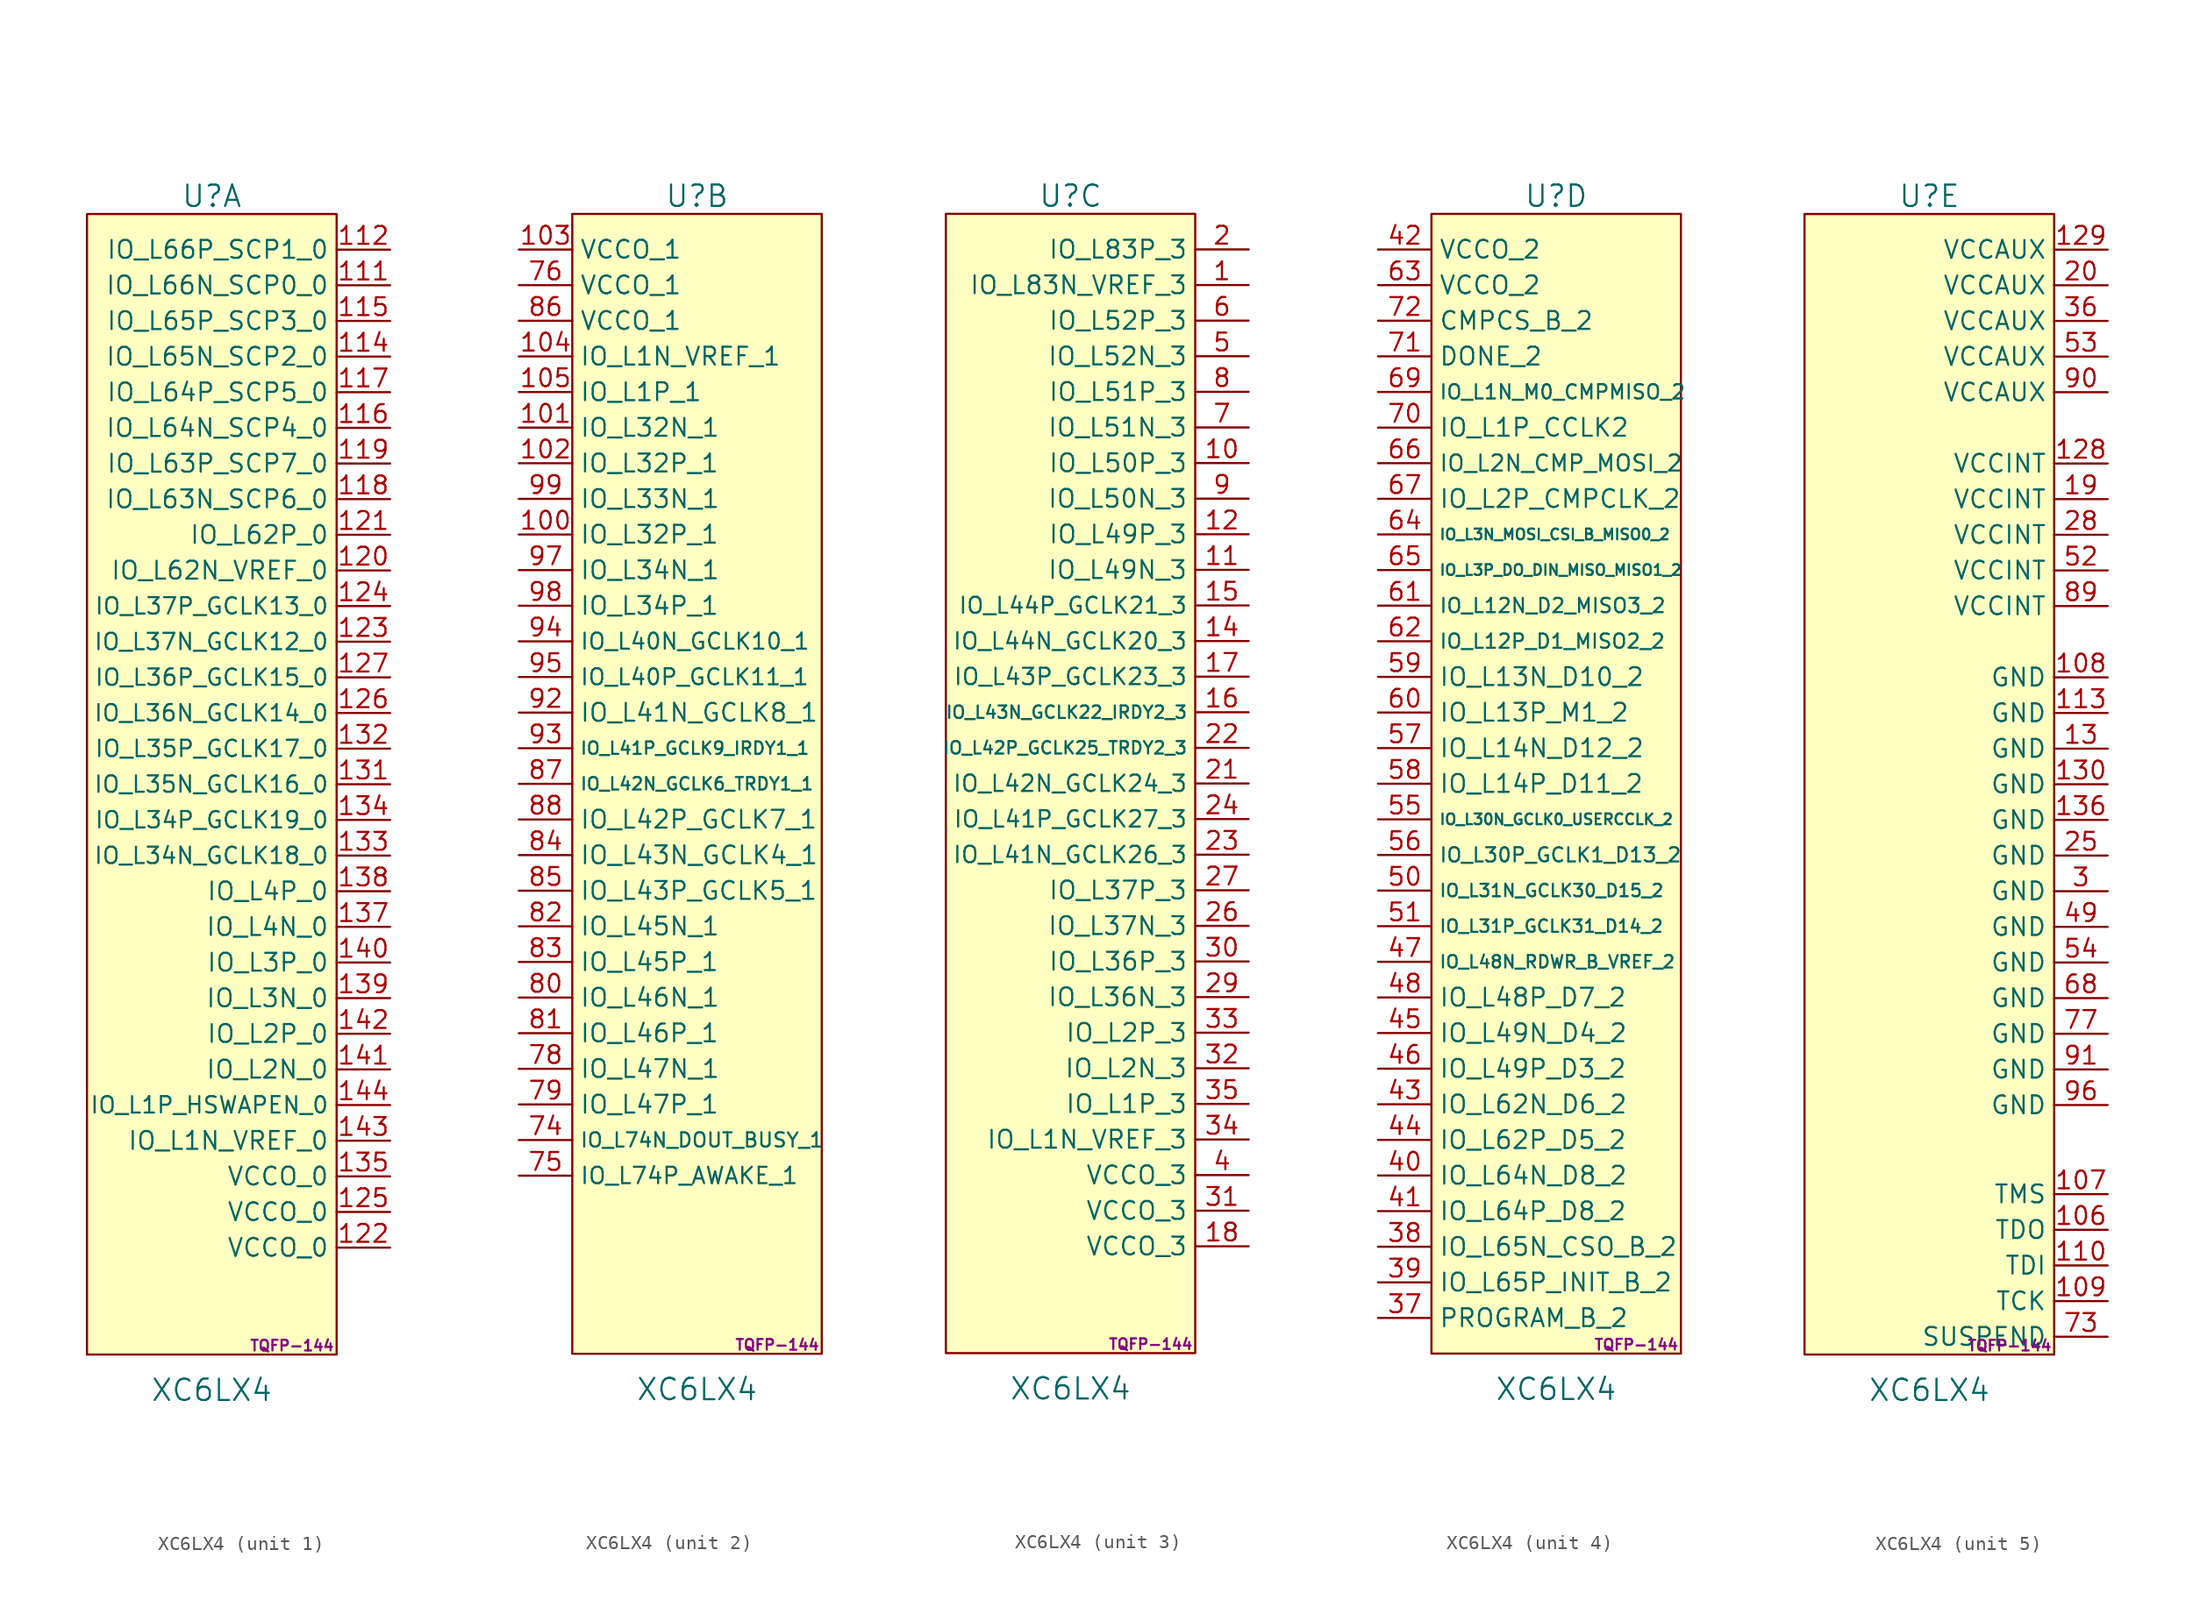
<source format=kicad_sym>
(kicad_symbol_lib
  (version 20220914)
  (generator kicad_symbol_editor)
  (symbol "XC6LX4"
    (property "Reference" "U"
      (at 0 41.91 0)
      (effects (font (size 1.524 1.524))))
    (property "Value" "XC6LX4"
      (at 0 -43.18 0)
      (effects (font (size 1.524 1.524))))
    (property "Footprint" "TQFP-144"
      (at 5.715 -40.005 0)
      (effects (font (size 0.762 0.762))))
    (property "Datasheet" ""
      (at 0 0 0)
      (effects (font (size 1.524 1.524))))
    (property "ki_locked" ""
      (at 0 0 0)
      (effects (font (size 1.27 1.27))))
    (symbol "XC6LX4_0_1"
      (rectangle (start -8.89 40.64) (end 8.89 -40.64) (stroke (width 0) (type default)) (fill (type background))))
    (symbol "XC6LX4_1_1"
      (pin input line (at 12.7 35.56 180) (length 3.81) (name "IO_L66N_SCP0_0" (effects (font (size 1.27 1.27)))) (number "111" (effects (font (size 1.27 1.27)))))
      (pin input line (at 12.7 38.1 180) (length 3.81) (name "IO_L66P_SCP1_0" (effects (font (size 1.27 1.27)))) (number "112" (effects (font (size 1.27 1.27)))))
      (pin input line (at 12.7 30.48 180) (length 3.81) (name "IO_L65N_SCP2_0" (effects (font (size 1.27 1.27)))) (number "114" (effects (font (size 1.27 1.27)))))
      (pin input line (at 12.7 33.02 180) (length 3.81) (name "IO_L65P_SCP3_0" (effects (font (size 1.27 1.27)))) (number "115" (effects (font (size 1.27 1.27)))))
      (pin input line (at 12.7 25.4 180) (length 3.81) (name "IO_L64N_SCP4_0" (effects (font (size 1.27 1.27)))) (number "116" (effects (font (size 1.27 1.27)))))
      (pin input line (at 12.7 27.94 180) (length 3.81) (name "IO_L64P_SCP5_0" (effects (font (size 1.27 1.27)))) (number "117" (effects (font (size 1.27 1.27)))))
      (pin input line (at 12.7 20.32 180) (length 3.81) (name "IO_L63N_SCP6_0" (effects (font (size 1.27 1.27)))) (number "118" (effects (font (size 1.27 1.27)))))
      (pin input line (at 12.7 22.86 180) (length 3.81) (name "IO_L63P_SCP7_0" (effects (font (size 1.27 1.27)))) (number "119" (effects (font (size 1.27 1.27)))))
      (pin input line (at 12.7 15.24 180) (length 3.81) (name "IO_L62N_VREF_0" (effects (font (size 1.27 1.27)))) (number "120" (effects (font (size 1.27 1.27)))))
      (pin input line (at 12.7 17.78 180) (length 3.81) (name "IO_L62P_0" (effects (font (size 1.27 1.27)))) (number "121" (effects (font (size 1.27 1.27)))))
      (pin input line (at 12.7 -33.02 180) (length 3.81) (name "VCCO_0" (effects (font (size 1.27 1.27)))) (number "122" (effects (font (size 1.27 1.27)))))
      (pin input line (at 12.7 10.16 180) (length 3.81) (name "IO_L37N_GCLK12_0" (effects (font (size 1.168 1.168)))) (number "123" (effects (font (size 1.27 1.27)))))
      (pin input line (at 12.7 12.7 180) (length 3.81) (name "IO_L37P_GCLK13_0" (effects (font (size 1.168 1.168)))) (number "124" (effects (font (size 1.27 1.27)))))
      (pin input line (at 12.7 -30.48 180) (length 3.81) (name "VCCO_0" (effects (font (size 1.27 1.27)))) (number "125" (effects (font (size 1.27 1.27)))))
      (pin input line (at 12.7 5.08 180) (length 3.81) (name "IO_L36N_GCLK14_0" (effects (font (size 1.168 1.168)))) (number "126" (effects (font (size 1.27 1.27)))))
      (pin input line (at 12.7 7.62 180) (length 3.81) (name "IO_L36P_GCLK15_0" (effects (font (size 1.168 1.168)))) (number "127" (effects (font (size 1.27 1.27)))))
      (pin input line (at 12.7 0 180) (length 3.81) (name "IO_L35N_GCLK16_0" (effects (font (size 1.168 1.168)))) (number "131" (effects (font (size 1.27 1.27)))))
      (pin input line (at 12.7 2.54 180) (length 3.81) (name "IO_L35P_GCLK17_0" (effects (font (size 1.168 1.168)))) (number "132" (effects (font (size 1.27 1.27)))))
      (pin input line (at 12.7 -5.08 180) (length 3.81) (name "IO_L34N_GCLK18_0" (effects (font (size 1.168 1.168)))) (number "133" (effects (font (size 1.27 1.27)))))
      (pin input line (at 12.7 -2.54 180) (length 3.81) (name "IO_L34P_GCLK19_0" (effects (font (size 1.168 1.168)))) (number "134" (effects (font (size 1.27 1.27)))))
      (pin input line (at 12.7 -27.94 180) (length 3.81) (name "VCCO_0" (effects (font (size 1.27 1.27)))) (number "135" (effects (font (size 1.27 1.27)))))
      (pin input line (at 12.7 -10.16 180) (length 3.81) (name "IO_L4N_0" (effects (font (size 1.27 1.27)))) (number "137" (effects (font (size 1.27 1.27)))))
      (pin input line (at 12.7 -7.62 180) (length 3.81) (name "IO_L4P_0" (effects (font (size 1.27 1.27)))) (number "138" (effects (font (size 1.27 1.27)))))
      (pin input line (at 12.7 -15.24 180) (length 3.81) (name "IO_L3N_0" (effects (font (size 1.27 1.27)))) (number "139" (effects (font (size 1.27 1.27)))))
      (pin input line (at 12.7 -12.7 180) (length 3.81) (name "IO_L3P_0" (effects (font (size 1.27 1.27)))) (number "140" (effects (font (size 1.27 1.27)))))
      (pin input line (at 12.7 -20.32 180) (length 3.81) (name "IO_L2N_0" (effects (font (size 1.27 1.27)))) (number "141" (effects (font (size 1.27 1.27)))))
      (pin input line (at 12.7 -17.78 180) (length 3.81) (name "IO_L2P_0" (effects (font (size 1.27 1.27)))) (number "142" (effects (font (size 1.27 1.27)))))
      (pin input line (at 12.7 -25.4 180) (length 3.81) (name "IO_L1N_VREF_0" (effects (font (size 1.27 1.27)))) (number "143" (effects (font (size 1.27 1.27)))))
      (pin input line (at 12.7 -22.86 180) (length 3.81) (name "IO_L1P_HSWAPEN_0" (effects (font (size 1.168 1.168)))) (number "144" (effects (font (size 1.27 1.27))))))
    (symbol "XC6LX4_2_1"
      (pin input line (at -12.7 17.78 0) (length 3.81) (name "IO_L32P_1" (effects (font (size 1.27 1.27)))) (number "100" (effects (font (size 1.27 1.27)))))
      (pin input line (at -12.7 25.4 0) (length 3.81) (name "IO_L32N_1" (effects (font (size 1.27 1.27)))) (number "101" (effects (font (size 1.27 1.27)))))
      (pin input line (at -12.7 22.86 0) (length 3.81) (name "IO_L32P_1" (effects (font (size 1.27 1.27)))) (number "102" (effects (font (size 1.27 1.27)))))
      (pin input line (at -12.7 38.1 0) (length 3.81) (name "VCCO_1" (effects (font (size 1.27 1.27)))) (number "103" (effects (font (size 1.27 1.27)))))
      (pin input line (at -12.7 30.48 0) (length 3.81) (name "IO_L1N_VREF_1" (effects (font (size 1.27 1.27)))) (number "104" (effects (font (size 1.27 1.27)))))
      (pin input line (at -12.7 27.94 0) (length 3.81) (name "IO_L1P_1" (effects (font (size 1.27 1.27)))) (number "105" (effects (font (size 1.27 1.27)))))
      (pin input line (at -12.7 -25.4 0) (length 3.81) (name "IO_L74N_DOUT_BUSY_1" (effects (font (size 1.016 1.016)))) (number "74" (effects (font (size 1.27 1.27)))))
      (pin input line (at -12.7 -27.94 0) (length 3.81) (name "IO_L74P_AWAKE_1" (effects (font (size 1.168 1.168)))) (number "75" (effects (font (size 1.27 1.27)))))
      (pin input line (at -12.7 35.56 0) (length 3.81) (name "VCCO_1" (effects (font (size 1.27 1.27)))) (number "76" (effects (font (size 1.27 1.27)))))
      (pin input line (at -12.7 -20.32 0) (length 3.81) (name "IO_L47N_1" (effects (font (size 1.27 1.27)))) (number "78" (effects (font (size 1.27 1.27)))))
      (pin input line (at -12.7 -22.86 0) (length 3.81) (name "IO_L47P_1" (effects (font (size 1.27 1.27)))) (number "79" (effects (font (size 1.27 1.27)))))
      (pin input line (at -12.7 -15.24 0) (length 3.81) (name "IO_L46N_1" (effects (font (size 1.27 1.27)))) (number "80" (effects (font (size 1.27 1.27)))))
      (pin input line (at -12.7 -17.78 0) (length 3.81) (name "IO_L46P_1" (effects (font (size 1.27 1.27)))) (number "81" (effects (font (size 1.27 1.27)))))
      (pin input line (at -12.7 -10.16 0) (length 3.81) (name "IO_L45N_1" (effects (font (size 1.27 1.27)))) (number "82" (effects (font (size 1.27 1.27)))))
      (pin input line (at -12.7 -12.7 0) (length 3.81) (name "IO_L45P_1" (effects (font (size 1.27 1.27)))) (number "83" (effects (font (size 1.27 1.27)))))
      (pin input line (at -12.7 -5.08 0) (length 3.81) (name "IO_L43N_GCLK4_1" (effects (font (size 1.27 1.27)))) (number "84" (effects (font (size 1.27 1.27)))))
      (pin input line (at -12.7 -7.62 0) (length 3.81) (name "IO_L43P_GCLK5_1" (effects (font (size 1.27 1.27)))) (number "85" (effects (font (size 1.27 1.27)))))
      (pin input line (at -12.7 33.02 0) (length 3.81) (name "VCCO_1" (effects (font (size 1.27 1.27)))) (number "86" (effects (font (size 1.27 1.27)))))
      (pin input line (at -12.7 0 0) (length 3.81) (name "IO_L42N_GCLK6_TRDY1_1" (effects (font (size 0.889 0.889)))) (number "87" (effects (font (size 1.27 1.27)))))
      (pin input line (at -12.7 -2.54 0) (length 3.81) (name "IO_L42P_GCLK7_1" (effects (font (size 1.27 1.27)))) (number "88" (effects (font (size 1.27 1.27)))))
      (pin input line (at -12.7 5.08 0) (length 3.81) (name "IO_L41N_GCLK8_1" (effects (font (size 1.27 1.27)))) (number "92" (effects (font (size 1.27 1.27)))))
      (pin input line (at -12.7 2.54 0) (length 3.81) (name "IO_L41P_GCLK9_IRDY1_1" (effects (font (size 0.889 0.889)))) (number "93" (effects (font (size 1.27 1.27)))))
      (pin input line (at -12.7 10.16 0) (length 3.81) (name "IO_L40N_GCLK10_1" (effects (font (size 1.143 1.143)))) (number "94" (effects (font (size 1.27 1.27)))))
      (pin input line (at -12.7 7.62 0) (length 3.81) (name "IO_L40P_GCLK11_1" (effects (font (size 1.143 1.143)))) (number "95" (effects (font (size 1.27 1.27)))))
      (pin input line (at -12.7 15.24 0) (length 3.81) (name "IO_L34N_1" (effects (font (size 1.27 1.27)))) (number "97" (effects (font (size 1.27 1.27)))))
      (pin input line (at -12.7 12.7 0) (length 3.81) (name "IO_L34P_1" (effects (font (size 1.27 1.27)))) (number "98" (effects (font (size 1.27 1.27)))))
      (pin input line (at -12.7 20.32 0) (length 3.81) (name "IO_L33N_1" (effects (font (size 1.27 1.27)))) (number "99" (effects (font (size 1.27 1.27))))))
    (symbol "XC6LX4_3_1"
      (pin input line (at 12.7 35.56 180) (length 3.81) (name "IO_L83N_VREF_3" (effects (font (size 1.27 1.27)))) (number "1" (effects (font (size 1.27 1.27)))))
      (pin input line (at 12.7 22.86 180) (length 3.81) (name "IO_L50P_3" (effects (font (size 1.27 1.27)))) (number "10" (effects (font (size 1.27 1.27)))))
      (pin input line (at 12.7 15.24 180) (length 3.81) (name "IO_L49N_3" (effects (font (size 1.27 1.27)))) (number "11" (effects (font (size 1.27 1.27)))))
      (pin input line (at 12.7 17.78 180) (length 3.81) (name "IO_L49P_3" (effects (font (size 1.27 1.27)))) (number "12" (effects (font (size 1.27 1.27)))))
      (pin input line (at 12.7 10.16 180) (length 3.81) (name "IO_L44N_GCLK20_3" (effects (font (size 1.168 1.168)))) (number "14" (effects (font (size 1.27 1.27)))))
      (pin input line (at 12.7 12.7 180) (length 3.81) (name "IO_L44P_GCLK21_3" (effects (font (size 1.143 1.143)))) (number "15" (effects (font (size 1.27 1.27)))))
      (pin input line (at 12.7 5.08 180) (length 3.81) (name "IO_L43N_GCLK22_IRDY2_3" (effects (font (size 0.889 0.889)))) (number "16" (effects (font (size 1.27 1.27)))))
      (pin input line (at 12.7 7.62 180) (length 3.81) (name "IO_L43P_GCLK23_3" (effects (font (size 1.168 1.168)))) (number "17" (effects (font (size 1.27 1.27)))))
      (pin input line (at 12.7 -33.02 180) (length 3.81) (name "VCCO_3" (effects (font (size 1.27 1.27)))) (number "18" (effects (font (size 1.27 1.27)))))
      (pin input line (at 12.7 38.1 180) (length 3.81) (name "IO_L83P_3" (effects (font (size 1.27 1.27)))) (number "2" (effects (font (size 1.27 1.27)))))
      (pin input line (at 12.7 0 180) (length 3.81) (name "IO_L42N_GCLK24_3" (effects (font (size 1.168 1.168)))) (number "21" (effects (font (size 1.27 1.27)))))
      (pin input line (at 12.7 2.54 180) (length 3.81) (name "IO_L42P_GCLK25_TRDY2_3" (effects (font (size 0.889 0.889)))) (number "22" (effects (font (size 1.27 1.27)))))
      (pin input line (at 12.7 -5.08 180) (length 3.81) (name "IO_L41N_GCLK26_3" (effects (font (size 1.168 1.168)))) (number "23" (effects (font (size 1.27 1.27)))))
      (pin input line (at 12.7 -2.54 180) (length 3.81) (name "IO_L41P_GCLK27_3" (effects (font (size 1.168 1.168)))) (number "24" (effects (font (size 1.27 1.27)))))
      (pin input line (at 12.7 -10.16 180) (length 3.81) (name "IO_L37N_3" (effects (font (size 1.27 1.27)))) (number "26" (effects (font (size 1.27 1.27)))))
      (pin input line (at 12.7 -7.62 180) (length 3.81) (name "IO_L37P_3" (effects (font (size 1.27 1.27)))) (number "27" (effects (font (size 1.27 1.27)))))
      (pin input line (at 12.7 -15.24 180) (length 3.81) (name "IO_L36N_3" (effects (font (size 1.27 1.27)))) (number "29" (effects (font (size 1.27 1.27)))))
      (pin input line (at 12.7 -12.7 180) (length 3.81) (name "IO_L36P_3" (effects (font (size 1.27 1.27)))) (number "30" (effects (font (size 1.27 1.27)))))
      (pin input line (at 12.7 -30.48 180) (length 3.81) (name "VCCO_3" (effects (font (size 1.27 1.27)))) (number "31" (effects (font (size 1.27 1.27)))))
      (pin input line (at 12.7 -20.32 180) (length 3.81) (name "IO_L2N_3" (effects (font (size 1.27 1.27)))) (number "32" (effects (font (size 1.27 1.27)))))
      (pin input line (at 12.7 -17.78 180) (length 3.81) (name "IO_L2P_3" (effects (font (size 1.27 1.27)))) (number "33" (effects (font (size 1.27 1.27)))))
      (pin input line (at 12.7 -25.4 180) (length 3.81) (name "IO_L1N_VREF_3" (effects (font (size 1.27 1.27)))) (number "34" (effects (font (size 1.27 1.27)))))
      (pin input line (at 12.7 -22.86 180) (length 3.81) (name "IO_L1P_3" (effects (font (size 1.27 1.27)))) (number "35" (effects (font (size 1.27 1.27)))))
      (pin input line (at 12.7 -27.94 180) (length 3.81) (name "VCCO_3" (effects (font (size 1.27 1.27)))) (number "4" (effects (font (size 1.27 1.27)))))
      (pin input line (at 12.7 30.48 180) (length 3.81) (name "IO_L52N_3" (effects (font (size 1.27 1.27)))) (number "5" (effects (font (size 1.27 1.27)))))
      (pin input line (at 12.7 33.02 180) (length 3.81) (name "IO_L52P_3" (effects (font (size 1.27 1.27)))) (number "6" (effects (font (size 1.27 1.27)))))
      (pin input line (at 12.7 25.4 180) (length 3.81) (name "IO_L51N_3" (effects (font (size 1.27 1.27)))) (number "7" (effects (font (size 1.27 1.27)))))
      (pin input line (at 12.7 27.94 180) (length 3.81) (name "IO_L51P_3" (effects (font (size 1.27 1.27)))) (number "8" (effects (font (size 1.27 1.27)))))
      (pin input line (at 12.7 20.32 180) (length 3.81) (name "IO_L50N_3" (effects (font (size 1.27 1.27)))) (number "9" (effects (font (size 1.27 1.27))))))
    (symbol "XC6LX4_4_1"
      (pin input line (at -12.7 -38.1 0) (length 3.81) (name "PROGRAM_B_2" (effects (font (size 1.27 1.27)))) (number "37" (effects (font (size 1.27 1.27)))))
      (pin input line (at -12.7 -33.02 0) (length 3.81) (name "IO_L65N_CSO_B_2" (effects (font (size 1.27 1.27)))) (number "38" (effects (font (size 1.27 1.27)))))
      (pin input line (at -12.7 -35.56 0) (length 3.81) (name "IO_L65P_INIT_B_2" (effects (font (size 1.27 1.27)))) (number "39" (effects (font (size 1.27 1.27)))))
      (pin input line (at -12.7 -27.94 0) (length 3.81) (name "IO_L64N_D8_2" (effects (font (size 1.27 1.27)))) (number "40" (effects (font (size 1.27 1.27)))))
      (pin input line (at -12.7 -30.48 0) (length 3.81) (name "IO_L64P_D8_2" (effects (font (size 1.27 1.27)))) (number "41" (effects (font (size 1.27 1.27)))))
      (pin input line (at -12.7 38.1 0) (length 3.81) (name "VCCO_2" (effects (font (size 1.27 1.27)))) (number "42" (effects (font (size 1.27 1.27)))))
      (pin input line (at -12.7 -22.86 0) (length 3.81) (name "IO_L62N_D6_2" (effects (font (size 1.27 1.27)))) (number "43" (effects (font (size 1.27 1.27)))))
      (pin input line (at -12.7 -25.4 0) (length 3.81) (name "IO_L62P_D5_2" (effects (font (size 1.27 1.27)))) (number "44" (effects (font (size 1.27 1.27)))))
      (pin input line (at -12.7 -17.78 0) (length 3.81) (name "IO_L49N_D4_2" (effects (font (size 1.27 1.27)))) (number "45" (effects (font (size 1.27 1.27)))))
      (pin input line (at -12.7 -20.32 0) (length 3.81) (name "IO_L49P_D3_2" (effects (font (size 1.27 1.27)))) (number "46" (effects (font (size 1.27 1.27)))))
      (pin input line (at -12.7 -12.7 0) (length 3.81) (name "IO_L48N_RDWR_B_VREF_2" (effects (font (size 0.889 0.889)))) (number "47" (effects (font (size 1.27 1.27)))))
      (pin input line (at -12.7 -15.24 0) (length 3.81) (name "IO_L48P_D7_2" (effects (font (size 1.27 1.27)))) (number "48" (effects (font (size 1.27 1.27)))))
      (pin input line (at -12.7 -7.62 0) (length 3.81) (name "IO_L31N_GCLK30_D15_2" (effects (font (size 0.889 0.889)))) (number "50" (effects (font (size 1.27 1.27)))))
      (pin input line (at -12.7 -10.16 0) (length 3.81) (name "IO_L31P_GCLK31_D14_2" (effects (font (size 0.889 0.889)))) (number "51" (effects (font (size 1.27 1.27)))))
      (pin input line (at -12.7 -2.54 0) (length 3.81) (name "IO_L30N_GCLK0_USERCCLK_2" (effects (font (size 0.762 0.762)))) (number "55" (effects (font (size 1.27 1.27)))))
      (pin input line (at -12.7 -5.08 0) (length 3.81) (name "IO_L30P_GCLK1_D13_2" (effects (font (size 1.016 1.016)))) (number "56" (effects (font (size 1.27 1.27)))))
      (pin input line (at -12.7 2.54 0) (length 3.81) (name "IO_L14N_D12_2" (effects (font (size 1.27 1.27)))) (number "57" (effects (font (size 1.27 1.27)))))
      (pin input line (at -12.7 0 0) (length 3.81) (name "IO_L14P_D11_2" (effects (font (size 1.27 1.27)))) (number "58" (effects (font (size 1.27 1.27)))))
      (pin input line (at -12.7 7.62 0) (length 3.81) (name "IO_L13N_D10_2" (effects (font (size 1.27 1.27)))) (number "59" (effects (font (size 1.27 1.27)))))
      (pin input line (at -12.7 5.08 0) (length 3.81) (name "IO_L13P_M1_2" (effects (font (size 1.27 1.27)))) (number "60" (effects (font (size 1.27 1.27)))))
      (pin input line (at -12.7 12.7 0) (length 3.81) (name "IO_L12N_D2_MISO3_2" (effects (font (size 1.016 1.016)))) (number "61" (effects (font (size 1.27 1.27)))))
      (pin input line (at -12.7 10.16 0) (length 3.81) (name "IO_L12P_D1_MISO2_2" (effects (font (size 1.016 1.016)))) (number "62" (effects (font (size 1.27 1.27)))))
      (pin input line (at -12.7 35.56 0) (length 3.81) (name "VCCO_2" (effects (font (size 1.27 1.27)))) (number "63" (effects (font (size 1.27 1.27)))))
      (pin input line (at -12.7 17.78 0) (length 3.81) (name "IO_L3N_MOSI_CSI_B_MISO0_2" (effects (font (size 0.762 0.762)))) (number "64" (effects (font (size 1.27 1.27)))))
      (pin input line (at -12.7 15.24 0) (length 3.81) (name "IO_L3P_DO_DIN_MISO_MISO1_2" (effects (font (size 0.762 0.762)))) (number "65" (effects (font (size 1.27 1.27)))))
      (pin input line (at -12.7 22.86 0) (length 3.81) (name "IO_L2N_CMP_MOSI_2" (effects (font (size 1.143 1.143)))) (number "66" (effects (font (size 1.27 1.27)))))
      (pin input line (at -12.7 20.32 0) (length 3.81) (name "IO_L2P_CMPCLK_2" (effects (font (size 1.27 1.27)))) (number "67" (effects (font (size 1.27 1.27)))))
      (pin input line (at -12.7 27.94 0) (length 3.81) (name "IO_L1N_M0_CMPMISO_2" (effects (font (size 1.016 1.016)))) (number "69" (effects (font (size 1.27 1.27)))))
      (pin input line (at -12.7 25.4 0) (length 3.81) (name "IO_L1P_CCLK2" (effects (font (size 1.27 1.27)))) (number "70" (effects (font (size 1.27 1.27)))))
      (pin input line (at -12.7 30.48 0) (length 3.81) (name "DONE_2" (effects (font (size 1.27 1.27)))) (number "71" (effects (font (size 1.27 1.27)))))
      (pin input line (at -12.7 33.02 0) (length 3.81) (name "CMPCS_B_2" (effects (font (size 1.27 1.27)))) (number "72" (effects (font (size 1.27 1.27))))))
    (symbol "XC6LX4_5_1"
      (pin input line (at 12.7 -31.75 180) (length 3.81) (name "TDO" (effects (font (size 1.27 1.27)))) (number "106" (effects (font (size 1.27 1.27)))))
      (pin input line (at 12.7 -29.21 180) (length 3.81) (name "TMS" (effects (font (size 1.27 1.27)))) (number "107" (effects (font (size 1.27 1.27)))))
      (pin input line (at 12.7 7.62 180) (length 3.81) (name "GND" (effects (font (size 1.27 1.27)))) (number "108" (effects (font (size 1.27 1.27)))))
      (pin input line (at 12.7 -36.83 180) (length 3.81) (name "TCK" (effects (font (size 1.27 1.27)))) (number "109" (effects (font (size 1.27 1.27)))))
      (pin input line (at 12.7 -34.29 180) (length 3.81) (name "TDI" (effects (font (size 1.27 1.27)))) (number "110" (effects (font (size 1.27 1.27)))))
      (pin input line (at 12.7 5.08 180) (length 3.81) (name "GND" (effects (font (size 1.27 1.27)))) (number "113" (effects (font (size 1.27 1.27)))))
      (pin input line (at 12.7 22.86 180) (length 3.81) (name "VCCINT" (effects (font (size 1.27 1.27)))) (number "128" (effects (font (size 1.27 1.27)))))
      (pin input line (at 12.7 38.1 180) (length 3.81) (name "VCCAUX" (effects (font (size 1.27 1.27)))) (number "129" (effects (font (size 1.27 1.27)))))
      (pin input line (at 12.7 2.54 180) (length 3.81) (name "GND" (effects (font (size 1.27 1.27)))) (number "13" (effects (font (size 1.27 1.27)))))
      (pin input line (at 12.7 0 180) (length 3.81) (name "GND" (effects (font (size 1.27 1.27)))) (number "130" (effects (font (size 1.27 1.27)))))
      (pin input line (at 12.7 -2.54 180) (length 3.81) (name "GND" (effects (font (size 1.27 1.27)))) (number "136" (effects (font (size 1.27 1.27)))))
      (pin input line (at 12.7 20.32 180) (length 3.81) (name "VCCINT" (effects (font (size 1.27 1.27)))) (number "19" (effects (font (size 1.27 1.27)))))
      (pin input line (at 12.7 35.56 180) (length 3.81) (name "VCCAUX" (effects (font (size 1.27 1.27)))) (number "20" (effects (font (size 1.27 1.27)))))
      (pin input line (at 12.7 -5.08 180) (length 3.81) (name "GND" (effects (font (size 1.27 1.27)))) (number "25" (effects (font (size 1.27 1.27)))))
      (pin input line (at 12.7 17.78 180) (length 3.81) (name "VCCINT" (effects (font (size 1.27 1.27)))) (number "28" (effects (font (size 1.27 1.27)))))
      (pin input line (at 12.7 -7.62 180) (length 3.81) (name "GND" (effects (font (size 1.27 1.27)))) (number "3" (effects (font (size 1.27 1.27)))))
      (pin input line (at 12.7 33.02 180) (length 3.81) (name "VCCAUX" (effects (font (size 1.27 1.27)))) (number "36" (effects (font (size 1.27 1.27)))))
      (pin input line (at 12.7 -10.16 180) (length 3.81) (name "GND" (effects (font (size 1.27 1.27)))) (number "49" (effects (font (size 1.27 1.27)))))
      (pin input line (at 12.7 15.24 180) (length 3.81) (name "VCCINT" (effects (font (size 1.27 1.27)))) (number "52" (effects (font (size 1.27 1.27)))))
      (pin input line (at 12.7 30.48 180) (length 3.81) (name "VCCAUX" (effects (font (size 1.27 1.27)))) (number "53" (effects (font (size 1.27 1.27)))))
      (pin input line (at 12.7 -12.7 180) (length 3.81) (name "GND" (effects (font (size 1.27 1.27)))) (number "54" (effects (font (size 1.27 1.27)))))
      (pin input line (at 12.7 -15.24 180) (length 3.81) (name "GND" (effects (font (size 1.27 1.27)))) (number "68" (effects (font (size 1.27 1.27)))))
      (pin input line (at 12.7 -39.37 180) (length 3.81) (name "SUSPEND" (effects (font (size 1.27 1.27)))) (number "73" (effects (font (size 1.27 1.27)))))
      (pin input line (at 12.7 -17.78 180) (length 3.81) (name "GND" (effects (font (size 1.27 1.27)))) (number "77" (effects (font (size 1.27 1.27)))))
      (pin input line (at 12.7 12.7 180) (length 3.81) (name "VCCINT" (effects (font (size 1.27 1.27)))) (number "89" (effects (font (size 1.27 1.27)))))
      (pin input line (at 12.7 27.94 180) (length 3.81) (name "VCCAUX" (effects (font (size 1.27 1.27)))) (number "90" (effects (font (size 1.27 1.27)))))
      (pin input line (at 12.7 -20.32 180) (length 3.81) (name "GND" (effects (font (size 1.27 1.27)))) (number "91" (effects (font (size 1.27 1.27)))))
      (pin input line (at 12.7 -22.86 180) (length 3.81) (name "GND" (effects (font (size 1.27 1.27)))) (number "96" (effects (font (size 1.27 1.27))))))))
</source>
